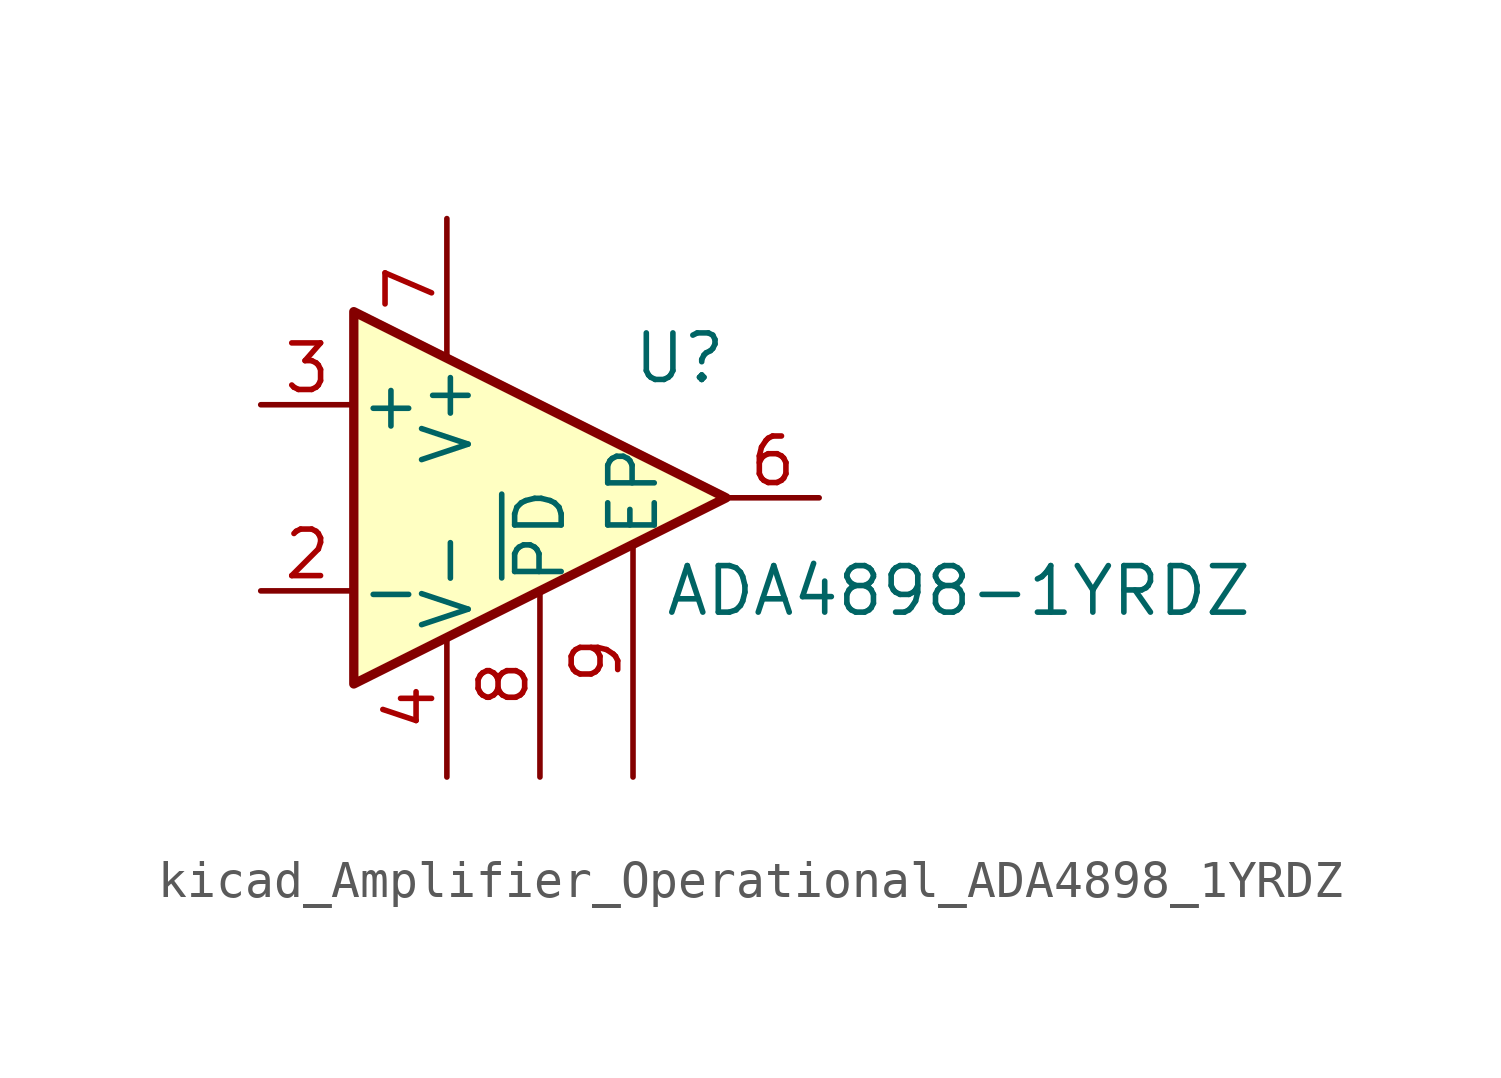
<source format=kicad_sym>
(kicad_symbol_lib
  (version 20220914)
  (generator kicad_symbol_editor)
  (symbol "kicad_Amplifier_Operational_ADA4898_1YRDZ"
    (pin_names
      (offset 0.127))
    (property "Reference" "U"
      (at 3.81 3.81 0)
      (effects (font (size 1.27 1.27))))
    (property "Value" "ADA4898-1YRDZ"
      (at 11.43 -2.54 0)
      (effects (font (size 1.27 1.27))))
    (symbol "kicad_Amplifier_Operational_ADA4898_1YRDZ_1_1"
      (polyline (pts (xy -5.08 5.08) (xy 5.08 0) (xy -5.08 -5.08) (xy -5.08 5.08)) (stroke (width 0.254) (type default)) (fill (type background)))
      (pin input line (at -7.62 -2.54 0) (length 2.54) (name "-" (effects (font (size 1.27 1.27)))) (number "2" (effects (font (size 1.27 1.27)))))
      (pin input line (at -7.62 2.54 0) (length 2.54) (name "+" (effects (font (size 1.27 1.27)))) (number "3" (effects (font (size 1.27 1.27)))))
      (pin power_in line (at -2.54 -7.62 90) (length 3.81) (name "V-" (effects (font (size 1.27 1.27)))) (number "4" (effects (font (size 1.27 1.27)))))
      (pin output line (at 7.62 0 180) (length 2.54) (name "~" (effects (font (size 1.27 1.27)))) (number "6" (effects (font (size 1.27 1.27)))))
      (pin power_in line (at -2.54 7.62 270) (length 3.81) (name "V+" (effects (font (size 1.27 1.27)))) (number "7" (effects (font (size 1.27 1.27)))))
      (pin input line (at 0 -7.62 90) (length 5.08) (name "~{PD}" (effects (font (size 1.27 1.27)))) (number "8" (effects (font (size 1.27 1.27)))))
      (pin passive line (at 2.54 -7.62 90) (length 6.35) (name "EP" (effects (font (size 1.27 1.27)))) (number "9" (effects (font (size 1.27 1.27))))))))
</source>
